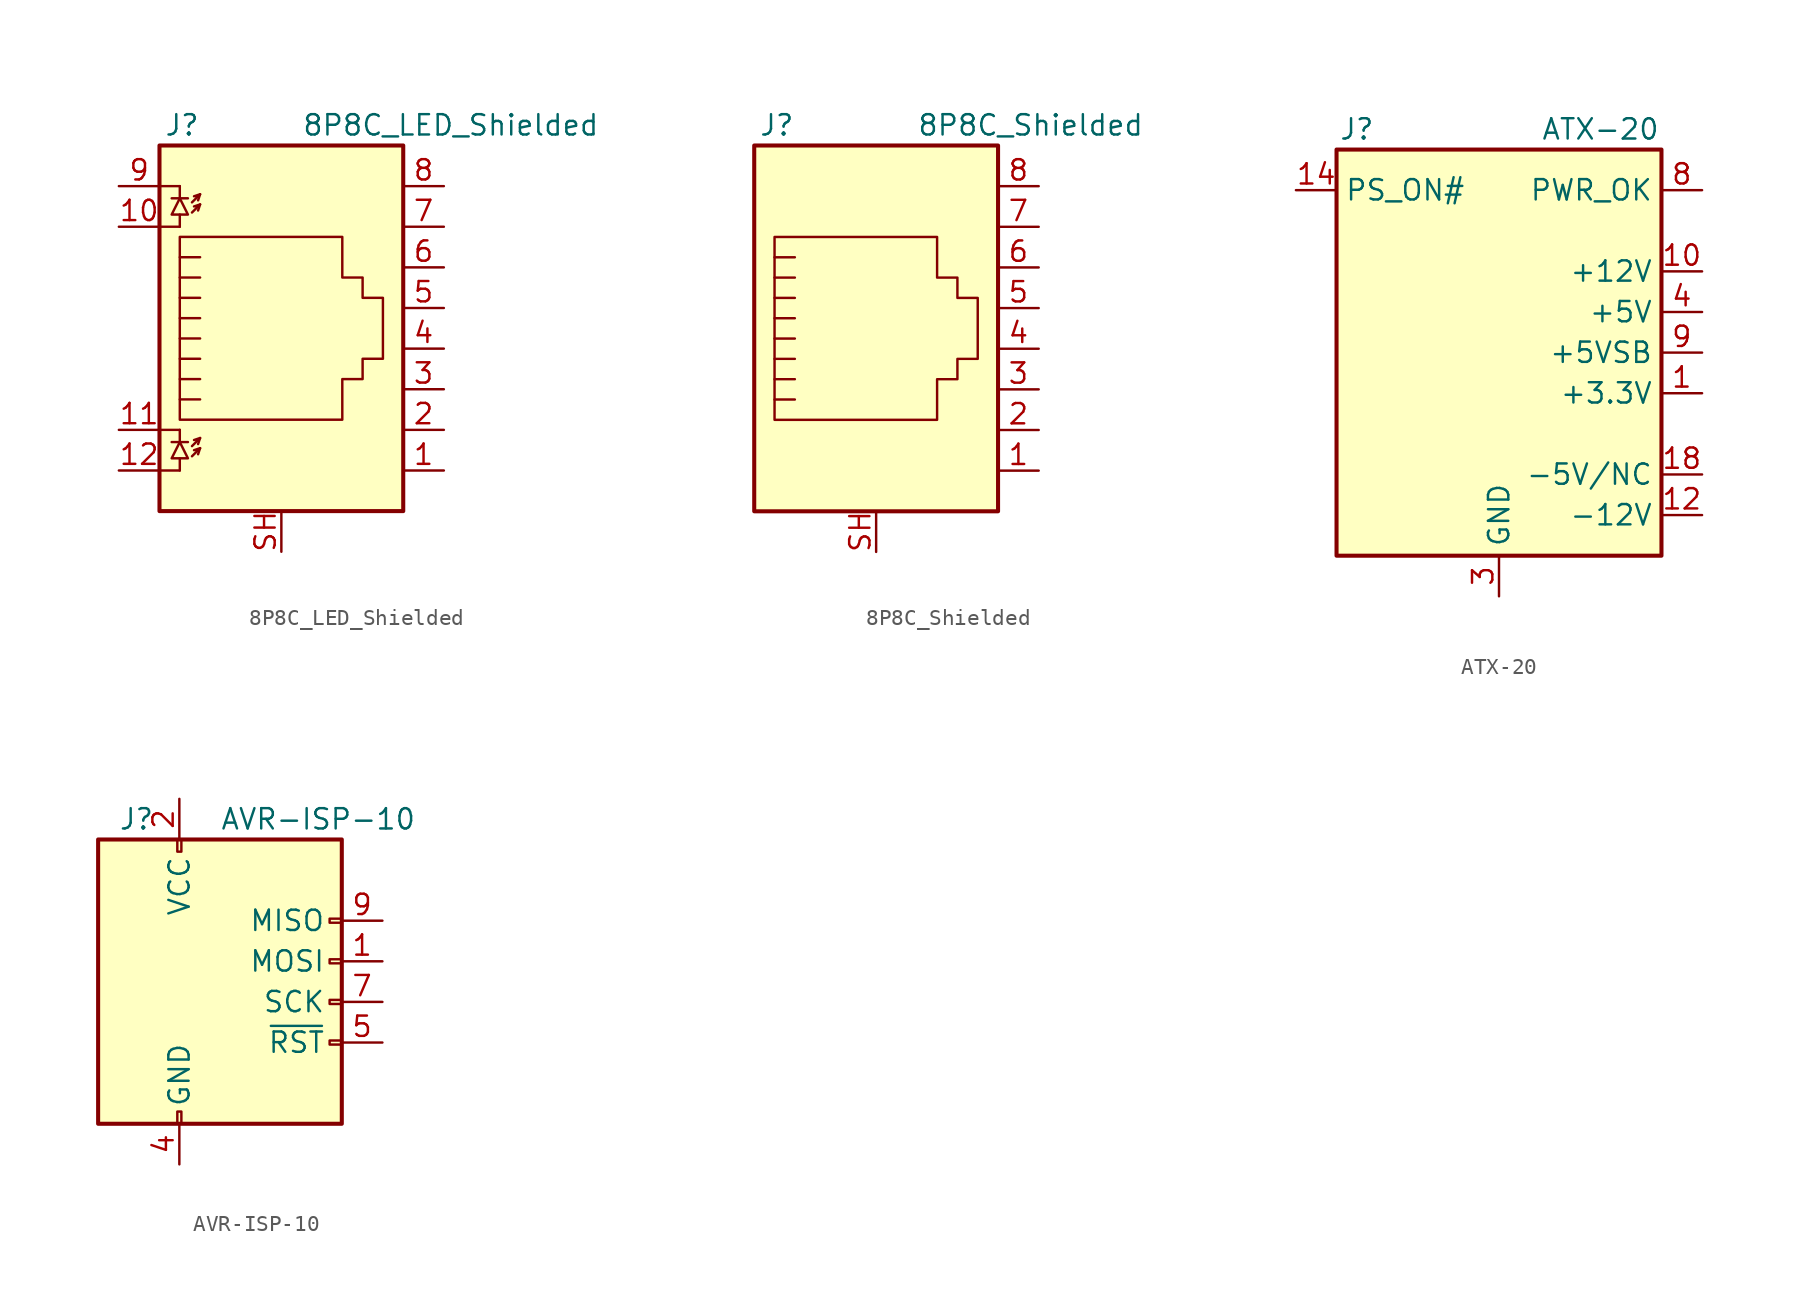
<source format=kicad_sym>
(kicad_symbol_lib
  (version 20241209)
  (generator "kicad_symbol_editor")
  (generator_version "9.0")
  (symbol "8P8C_LED_Shielded"
    (pin_names
      (offset 1.016))
    (property "Reference" "J"
      (at -5.08 13.97 0)
      (effects (font (size 1.27 1.27)) (justify right)))
    (property "Value" "8P8C_LED_Shielded"
      (at 1.27 13.97 0)
      (effects (font (size 1.27 1.27)) (justify left)))
    (symbol "8P8C_LED_Shielded_0_1"
      (polyline (pts (xy -7.62 10.16) (xy -6.35 10.16)) (stroke (width 0) (type default)) (fill (type none)))
      (polyline (pts (xy -7.62 7.62) (xy -6.35 7.62)) (stroke (width 0) (type default)) (fill (type none)))
      (polyline (pts (xy -7.62 -5.08) (xy -6.35 -5.08)) (stroke (width 0) (type default)) (fill (type none)))
      (polyline (pts (xy -7.62 -7.62) (xy -6.35 -7.62)) (stroke (width 0) (type default)) (fill (type none)))
      (polyline (pts (xy -6.858 9.398) (xy -5.842 9.398)) (stroke (width 0) (type default)) (fill (type none)))
      (polyline (pts (xy -6.858 -5.842) (xy -5.842 -5.842)) (stroke (width 0) (type default)) (fill (type none)))
      (polyline (pts (xy -6.35 10.16) (xy -6.35 9.398)) (stroke (width 0) (type default)) (fill (type none)))
      (polyline (pts (xy -6.35 9.398) (xy -6.858 8.382) (xy -5.842 8.382) (xy -6.35 9.398)) (stroke (width 0) (type default)) (fill (type none)))
      (polyline (pts (xy -6.35 7.62) (xy -6.35 8.382)) (stroke (width 0) (type default)) (fill (type none)))
      (polyline (pts (xy -6.35 1.905) (xy -5.08 1.905) (xy -5.08 1.905)) (stroke (width 0) (type default)) (fill (type none)))
      (polyline (pts (xy -6.35 0.635) (xy -5.08 0.635) (xy -5.08 0.635)) (stroke (width 0) (type default)) (fill (type none)))
      (polyline (pts (xy -6.35 -0.635) (xy -5.08 -0.635) (xy -5.08 -0.635)) (stroke (width 0) (type default)) (fill (type none)))
      (polyline (pts (xy -6.35 -1.905) (xy -5.08 -1.905) (xy -5.08 -1.905)) (stroke (width 0) (type default)) (fill (type none)))
      (polyline (pts (xy -6.35 -3.175) (xy -5.08 -3.175) (xy -5.08 -3.175)) (stroke (width 0) (type default)) (fill (type none)))
      (polyline (pts (xy -6.35 -4.445) (xy -6.35 6.985) (xy 3.81 6.985) (xy 3.81 4.445) (xy 5.08 4.445) (xy 5.08 3.175) (xy 6.35 3.175) (xy 6.35 -0.635) (xy 5.08 -0.635) (xy 5.08 -1.905) (xy 3.81 -1.905) (xy 3.81 -4.445) (xy -6.35 -4.445) (xy -6.35 -4.445)) (stroke (width 0) (type default)) (fill (type none)))
      (polyline (pts (xy -6.35 -5.08) (xy -6.35 -5.842)) (stroke (width 0) (type default)) (fill (type none)))
      (polyline (pts (xy -6.35 -5.842) (xy -6.858 -6.858) (xy -5.842 -6.858) (xy -6.35 -5.842)) (stroke (width 0) (type default)) (fill (type none)))
      (polyline (pts (xy -6.35 -7.62) (xy -6.35 -6.858)) (stroke (width 0) (type default)) (fill (type none)))
      (polyline (pts (xy -5.588 9.144) (xy -5.08 9.652) (xy -5.461 9.525)) (stroke (width 0) (type default)) (fill (type none)))
      (polyline (pts (xy -5.588 8.509) (xy -5.08 9.017) (xy -5.461 8.89)) (stroke (width 0) (type default)) (fill (type none)))
      (polyline (pts (xy -5.588 -6.096) (xy -5.08 -5.588) (xy -5.461 -5.715)) (stroke (width 0) (type default)) (fill (type none)))
      (polyline (pts (xy -5.588 -6.731) (xy -5.08 -6.223) (xy -5.461 -6.35)) (stroke (width 0) (type default)) (fill (type none)))
      (polyline (pts (xy -5.08 9.652) (xy -5.207 9.271)) (stroke (width 0) (type default)) (fill (type none)))
      (polyline (pts (xy -5.08 9.017) (xy -5.207 8.636)) (stroke (width 0) (type default)) (fill (type none)))
      (polyline (pts (xy -5.08 5.715) (xy -6.35 5.715)) (stroke (width 0) (type default)) (fill (type none)))
      (polyline (pts (xy -5.08 4.445) (xy -6.35 4.445)) (stroke (width 0) (type default)) (fill (type none)))
      (polyline (pts (xy -5.08 3.175) (xy -6.35 3.175) (xy -6.35 3.175)) (stroke (width 0) (type default)) (fill (type none)))
      (polyline (pts (xy -5.08 -5.588) (xy -5.207 -5.969)) (stroke (width 0) (type default)) (fill (type none)))
      (polyline (pts (xy -5.08 -6.223) (xy -5.207 -6.604)) (stroke (width 0) (type default)) (fill (type none)))
      (rectangle (start 7.62 12.7) (end -7.62 -10.16) (stroke (width 0.254) (type default)) (fill (type background))))
    (symbol "8P8C_LED_Shielded_1_1"
      (pin passive line (at -10.16 10.16 0) (length 2.54) (name "~" (effects (font (size 1.27 1.27)))) (number "9" (effects (font (size 1.27 1.27)))))
      (pin passive line (at -10.16 7.62 0) (length 2.54) (name "~" (effects (font (size 1.27 1.27)))) (number "10" (effects (font (size 1.27 1.27)))))
      (pin passive line (at -10.16 -5.08 0) (length 2.54) (name "~" (effects (font (size 1.27 1.27)))) (number "11" (effects (font (size 1.27 1.27)))))
      (pin passive line (at -10.16 -7.62 0) (length 2.54) (name "~" (effects (font (size 1.27 1.27)))) (number "12" (effects (font (size 1.27 1.27)))))
      (pin passive line (at 0 -12.7 90) (length 2.54) (name "~" (effects (font (size 1.27 1.27)))) (number "SH" (effects (font (size 1.27 1.27)))))
      (pin passive line (at 10.16 10.16 180) (length 2.54) (name "~" (effects (font (size 1.27 1.27)))) (number "8" (effects (font (size 1.27 1.27)))))
      (pin passive line (at 10.16 7.62 180) (length 2.54) (name "~" (effects (font (size 1.27 1.27)))) (number "7" (effects (font (size 1.27 1.27)))))
      (pin passive line (at 10.16 5.08 180) (length 2.54) (name "~" (effects (font (size 1.27 1.27)))) (number "6" (effects (font (size 1.27 1.27)))))
      (pin passive line (at 10.16 2.54 180) (length 2.54) (name "~" (effects (font (size 1.27 1.27)))) (number "5" (effects (font (size 1.27 1.27)))))
      (pin passive line (at 10.16 0 180) (length 2.54) (name "~" (effects (font (size 1.27 1.27)))) (number "4" (effects (font (size 1.27 1.27)))))
      (pin passive line (at 10.16 -2.54 180) (length 2.54) (name "~" (effects (font (size 1.27 1.27)))) (number "3" (effects (font (size 1.27 1.27)))))
      (pin passive line (at 10.16 -5.08 180) (length 2.54) (name "~" (effects (font (size 1.27 1.27)))) (number "2" (effects (font (size 1.27 1.27)))))
      (pin passive line (at 10.16 -7.62 180) (length 2.54) (name "~" (effects (font (size 1.27 1.27)))) (number "1" (effects (font (size 1.27 1.27)))))))
  (symbol "8P8C_Shielded"
    (pin_names
      (offset 1.016))
    (property "Reference" "J"
      (at -5.08 13.97 0)
      (effects (font (size 1.27 1.27)) (justify right)))
    (property "Value" "8P8C_Shielded"
      (at 2.54 13.97 0)
      (effects (font (size 1.27 1.27)) (justify left)))
    (symbol "8P8C_Shielded_0_1"
      (polyline (pts (xy -6.35 1.905) (xy -5.08 1.905) (xy -5.08 1.905)) (stroke (width 0) (type default)) (fill (type none)))
      (polyline (pts (xy -6.35 0.635) (xy -5.08 0.635) (xy -5.08 0.635)) (stroke (width 0) (type default)) (fill (type none)))
      (polyline (pts (xy -6.35 -0.635) (xy -5.08 -0.635) (xy -5.08 -0.635)) (stroke (width 0) (type default)) (fill (type none)))
      (polyline (pts (xy -6.35 -1.905) (xy -5.08 -1.905) (xy -5.08 -1.905)) (stroke (width 0) (type default)) (fill (type none)))
      (polyline (pts (xy -6.35 -3.175) (xy -5.08 -3.175) (xy -5.08 -3.175)) (stroke (width 0) (type default)) (fill (type none)))
      (polyline (pts (xy -6.35 -4.445) (xy -6.35 6.985) (xy 3.81 6.985) (xy 3.81 4.445) (xy 5.08 4.445) (xy 5.08 3.175) (xy 6.35 3.175) (xy 6.35 -0.635) (xy 5.08 -0.635) (xy 5.08 -1.905) (xy 3.81 -1.905) (xy 3.81 -4.445) (xy -6.35 -4.445) (xy -6.35 -4.445)) (stroke (width 0) (type default)) (fill (type none)))
      (polyline (pts (xy -5.08 5.715) (xy -6.35 5.715)) (stroke (width 0) (type default)) (fill (type none)))
      (polyline (pts (xy -5.08 4.445) (xy -6.35 4.445)) (stroke (width 0) (type default)) (fill (type none)))
      (polyline (pts (xy -5.08 3.175) (xy -6.35 3.175) (xy -6.35 3.175)) (stroke (width 0) (type default)) (fill (type none)))
      (rectangle (start 7.62 12.7) (end -7.62 -10.16) (stroke (width 0.254) (type default)) (fill (type background))))
    (symbol "8P8C_Shielded_1_1"
      (pin passive line (at 0 -12.7 90) (length 2.54) (name "~" (effects (font (size 1.27 1.27)))) (number "SH" (effects (font (size 1.27 1.27)))))
      (pin passive line (at 10.16 10.16 180) (length 2.54) (name "~" (effects (font (size 1.27 1.27)))) (number "8" (effects (font (size 1.27 1.27)))))
      (pin passive line (at 10.16 7.62 180) (length 2.54) (name "~" (effects (font (size 1.27 1.27)))) (number "7" (effects (font (size 1.27 1.27)))))
      (pin passive line (at 10.16 5.08 180) (length 2.54) (name "~" (effects (font (size 1.27 1.27)))) (number "6" (effects (font (size 1.27 1.27)))))
      (pin passive line (at 10.16 2.54 180) (length 2.54) (name "~" (effects (font (size 1.27 1.27)))) (number "5" (effects (font (size 1.27 1.27)))))
      (pin passive line (at 10.16 0 180) (length 2.54) (name "~" (effects (font (size 1.27 1.27)))) (number "4" (effects (font (size 1.27 1.27)))))
      (pin passive line (at 10.16 -2.54 180) (length 2.54) (name "~" (effects (font (size 1.27 1.27)))) (number "3" (effects (font (size 1.27 1.27)))))
      (pin passive line (at 10.16 -5.08 180) (length 2.54) (name "~" (effects (font (size 1.27 1.27)))) (number "2" (effects (font (size 1.27 1.27)))))
      (pin passive line (at 10.16 -7.62 180) (length 2.54) (name "~" (effects (font (size 1.27 1.27)))) (number "1" (effects (font (size 1.27 1.27)))))))
  (symbol "ATX-20"
    (property "Reference" "J"
      (at -8.89 13.97 0)
      (effects (font (size 1.27 1.27))))
    (property "Value" "ATX-20"
      (at 6.35 13.97 0)
      (effects (font (size 1.27 1.27))))
    (symbol "ATX-20_0_1"
      (rectangle (start -10.16 12.7) (end 10.16 -12.7) (stroke (width 0.254) (type default)) (fill (type background))))
    (symbol "ATX-20_1_1"
      (pin open_collector line (at -12.7 10.16 0) (length 2.54) (name "PS_ON#" (effects (font (size 1.27 1.27)))) (number "14" (effects (font (size 1.27 1.27)))))
      (pin passive line (at 0 -15.24 90) (length 2.54) (hide yes) (name "GND" (effects (font (size 1.27 1.27)))) (number "13" (effects (font (size 1.27 1.27)))))
      (pin passive line (at 0 -15.24 90) (length 2.54) (hide yes) (name "GND" (effects (font (size 1.27 1.27)))) (number "15" (effects (font (size 1.27 1.27)))))
      (pin passive line (at 0 -15.24 90) (length 2.54) (hide yes) (name "GND" (effects (font (size 1.27 1.27)))) (number "16" (effects (font (size 1.27 1.27)))))
      (pin passive line (at 0 -15.24 90) (length 2.54) (hide yes) (name "GND" (effects (font (size 1.27 1.27)))) (number "17" (effects (font (size 1.27 1.27)))))
      (pin power_out line (at 0 -15.24 90) (length 2.54) (name "GND" (effects (font (size 1.27 1.27)))) (number "3" (effects (font (size 1.27 1.27)))))
      (pin passive line (at 0 -15.24 90) (length 2.54) (hide yes) (name "GND" (effects (font (size 1.27 1.27)))) (number "5" (effects (font (size 1.27 1.27)))))
      (pin passive line (at 0 -15.24 90) (length 2.54) (hide yes) (name "GND" (effects (font (size 1.27 1.27)))) (number "7" (effects (font (size 1.27 1.27)))))
      (pin output line (at 12.7 10.16 180) (length 2.54) (name "PWR_OK" (effects (font (size 1.27 1.27)))) (number "8" (effects (font (size 1.27 1.27)))))
      (pin power_out line (at 12.7 5.08 180) (length 2.54) (name "+12V" (effects (font (size 1.27 1.27)))) (number "10" (effects (font (size 1.27 1.27)))))
      (pin passive line (at 12.7 2.54 180) (length 2.54) (hide yes) (name "+5V" (effects (font (size 1.27 1.27)))) (number "19" (effects (font (size 1.27 1.27)))))
      (pin passive line (at 12.7 2.54 180) (length 2.54) (hide yes) (name "+5V" (effects (font (size 1.27 1.27)))) (number "20" (effects (font (size 1.27 1.27)))))
      (pin power_out line (at 12.7 2.54 180) (length 2.54) (name "+5V" (effects (font (size 1.27 1.27)))) (number "4" (effects (font (size 1.27 1.27)))))
      (pin passive line (at 12.7 2.54 180) (length 2.54) (hide yes) (name "+5V" (effects (font (size 1.27 1.27)))) (number "6" (effects (font (size 1.27 1.27)))))
      (pin power_out line (at 12.7 0 180) (length 2.54) (name "+5VSB" (effects (font (size 1.27 1.27)))) (number "9" (effects (font (size 1.27 1.27)))))
      (pin power_out line (at 12.7 -2.54 180) (length 2.54) (name "+3.3V" (effects (font (size 1.27 1.27)))) (number "1" (effects (font (size 1.27 1.27)))))
      (pin passive line (at 12.7 -2.54 180) (length 2.54) (hide yes) (name "+3.3V" (effects (font (size 1.27 1.27)))) (number "11" (effects (font (size 1.27 1.27)))))
      (pin passive line (at 12.7 -2.54 180) (length 2.54) (hide yes) (name "+3.3V" (effects (font (size 1.27 1.27)))) (number "2" (effects (font (size 1.27 1.27)))))
      (pin power_out line (at 12.7 -7.62 180) (length 2.54) (name "-5V/NC" (effects (font (size 1.27 1.27)))) (number "18" (effects (font (size 1.27 1.27)))))
      (pin power_out line (at 12.7 -10.16 180) (length 2.54) (name "-12V" (effects (font (size 1.27 1.27)))) (number "12" (effects (font (size 1.27 1.27)))))))
  (symbol "AVR-ISP-10"
    (pin_names
      (offset 1.016))
    (property "Reference" "J"
      (at -6.35 11.43 0)
      (effects (font (size 1.27 1.27)) (justify left)))
    (property "Value" "AVR-ISP-10"
      (at 0 11.43 0)
      (effects (font (size 1.27 1.27)) (justify left)))
    (symbol "AVR-ISP-10_0_1"
      (rectangle (start -2.667 10.16) (end -2.413 9.398) (stroke (width 0) (type default)) (fill (type none)))
      (rectangle (start -2.667 -6.858) (end -2.413 -7.62) (stroke (width 0) (type default)) (fill (type none)))
      (rectangle (start 7.62 10.16) (end -7.62 -7.62) (stroke (width 0.254) (type default)) (fill (type background)))
      (rectangle (start 7.62 5.207) (end 6.858 4.953) (stroke (width 0) (type default)) (fill (type none)))
      (rectangle (start 7.62 2.667) (end 6.858 2.413) (stroke (width 0) (type default)) (fill (type none)))
      (rectangle (start 7.62 0.127) (end 6.858 -0.127) (stroke (width 0) (type default)) (fill (type none)))
      (rectangle (start 7.62 -2.413) (end 6.858 -2.667) (stroke (width 0) (type default)) (fill (type none))))
    (symbol "AVR-ISP-10_1_1"
      (pin passive line (at -2.54 12.7 270) (length 2.54) (name "VCC" (effects (font (size 1.27 1.27)))) (number "2" (effects (font (size 1.27 1.27)))))
      (pin passive line (at -2.54 -10.16 90) (length 2.54) (hide yes) (name "GND" (effects (font (size 1.27 1.27)))) (number "10" (effects (font (size 1.27 1.27)))))
      (pin passive line (at -2.54 -10.16 90) (length 2.54) (name "GND" (effects (font (size 1.27 1.27)))) (number "4" (effects (font (size 1.27 1.27)))))
      (pin passive line (at -2.54 -10.16 90) (length 2.54) (hide yes) (name "GND" (effects (font (size 1.27 1.27)))) (number "6" (effects (font (size 1.27 1.27)))))
      (pin passive line (at -2.54 -10.16 90) (length 2.54) (hide yes) (name "GND" (effects (font (size 1.27 1.27)))) (number "8" (effects (font (size 1.27 1.27)))))
      (pin no_connect line (at 7.62 -5.08 180) (length 2.54) (hide yes) (name "NC" (effects (font (size 1.27 1.27)))) (number "3" (effects (font (size 1.27 1.27)))))
      (pin passive line (at 10.16 5.08 180) (length 2.54) (name "MISO" (effects (font (size 1.27 1.27)))) (number "9" (effects (font (size 1.27 1.27)))))
      (pin passive line (at 10.16 2.54 180) (length 2.54) (name "MOSI" (effects (font (size 1.27 1.27)))) (number "1" (effects (font (size 1.27 1.27)))))
      (pin passive line (at 10.16 0 180) (length 2.54) (name "SCK" (effects (font (size 1.27 1.27)))) (number "7" (effects (font (size 1.27 1.27)))))
      (pin passive line (at 10.16 -2.54 180) (length 2.54) (name "~{RST}" (effects (font (size 1.27 1.27)))) (number "5" (effects (font (size 1.27 1.27))))))))
</source>
